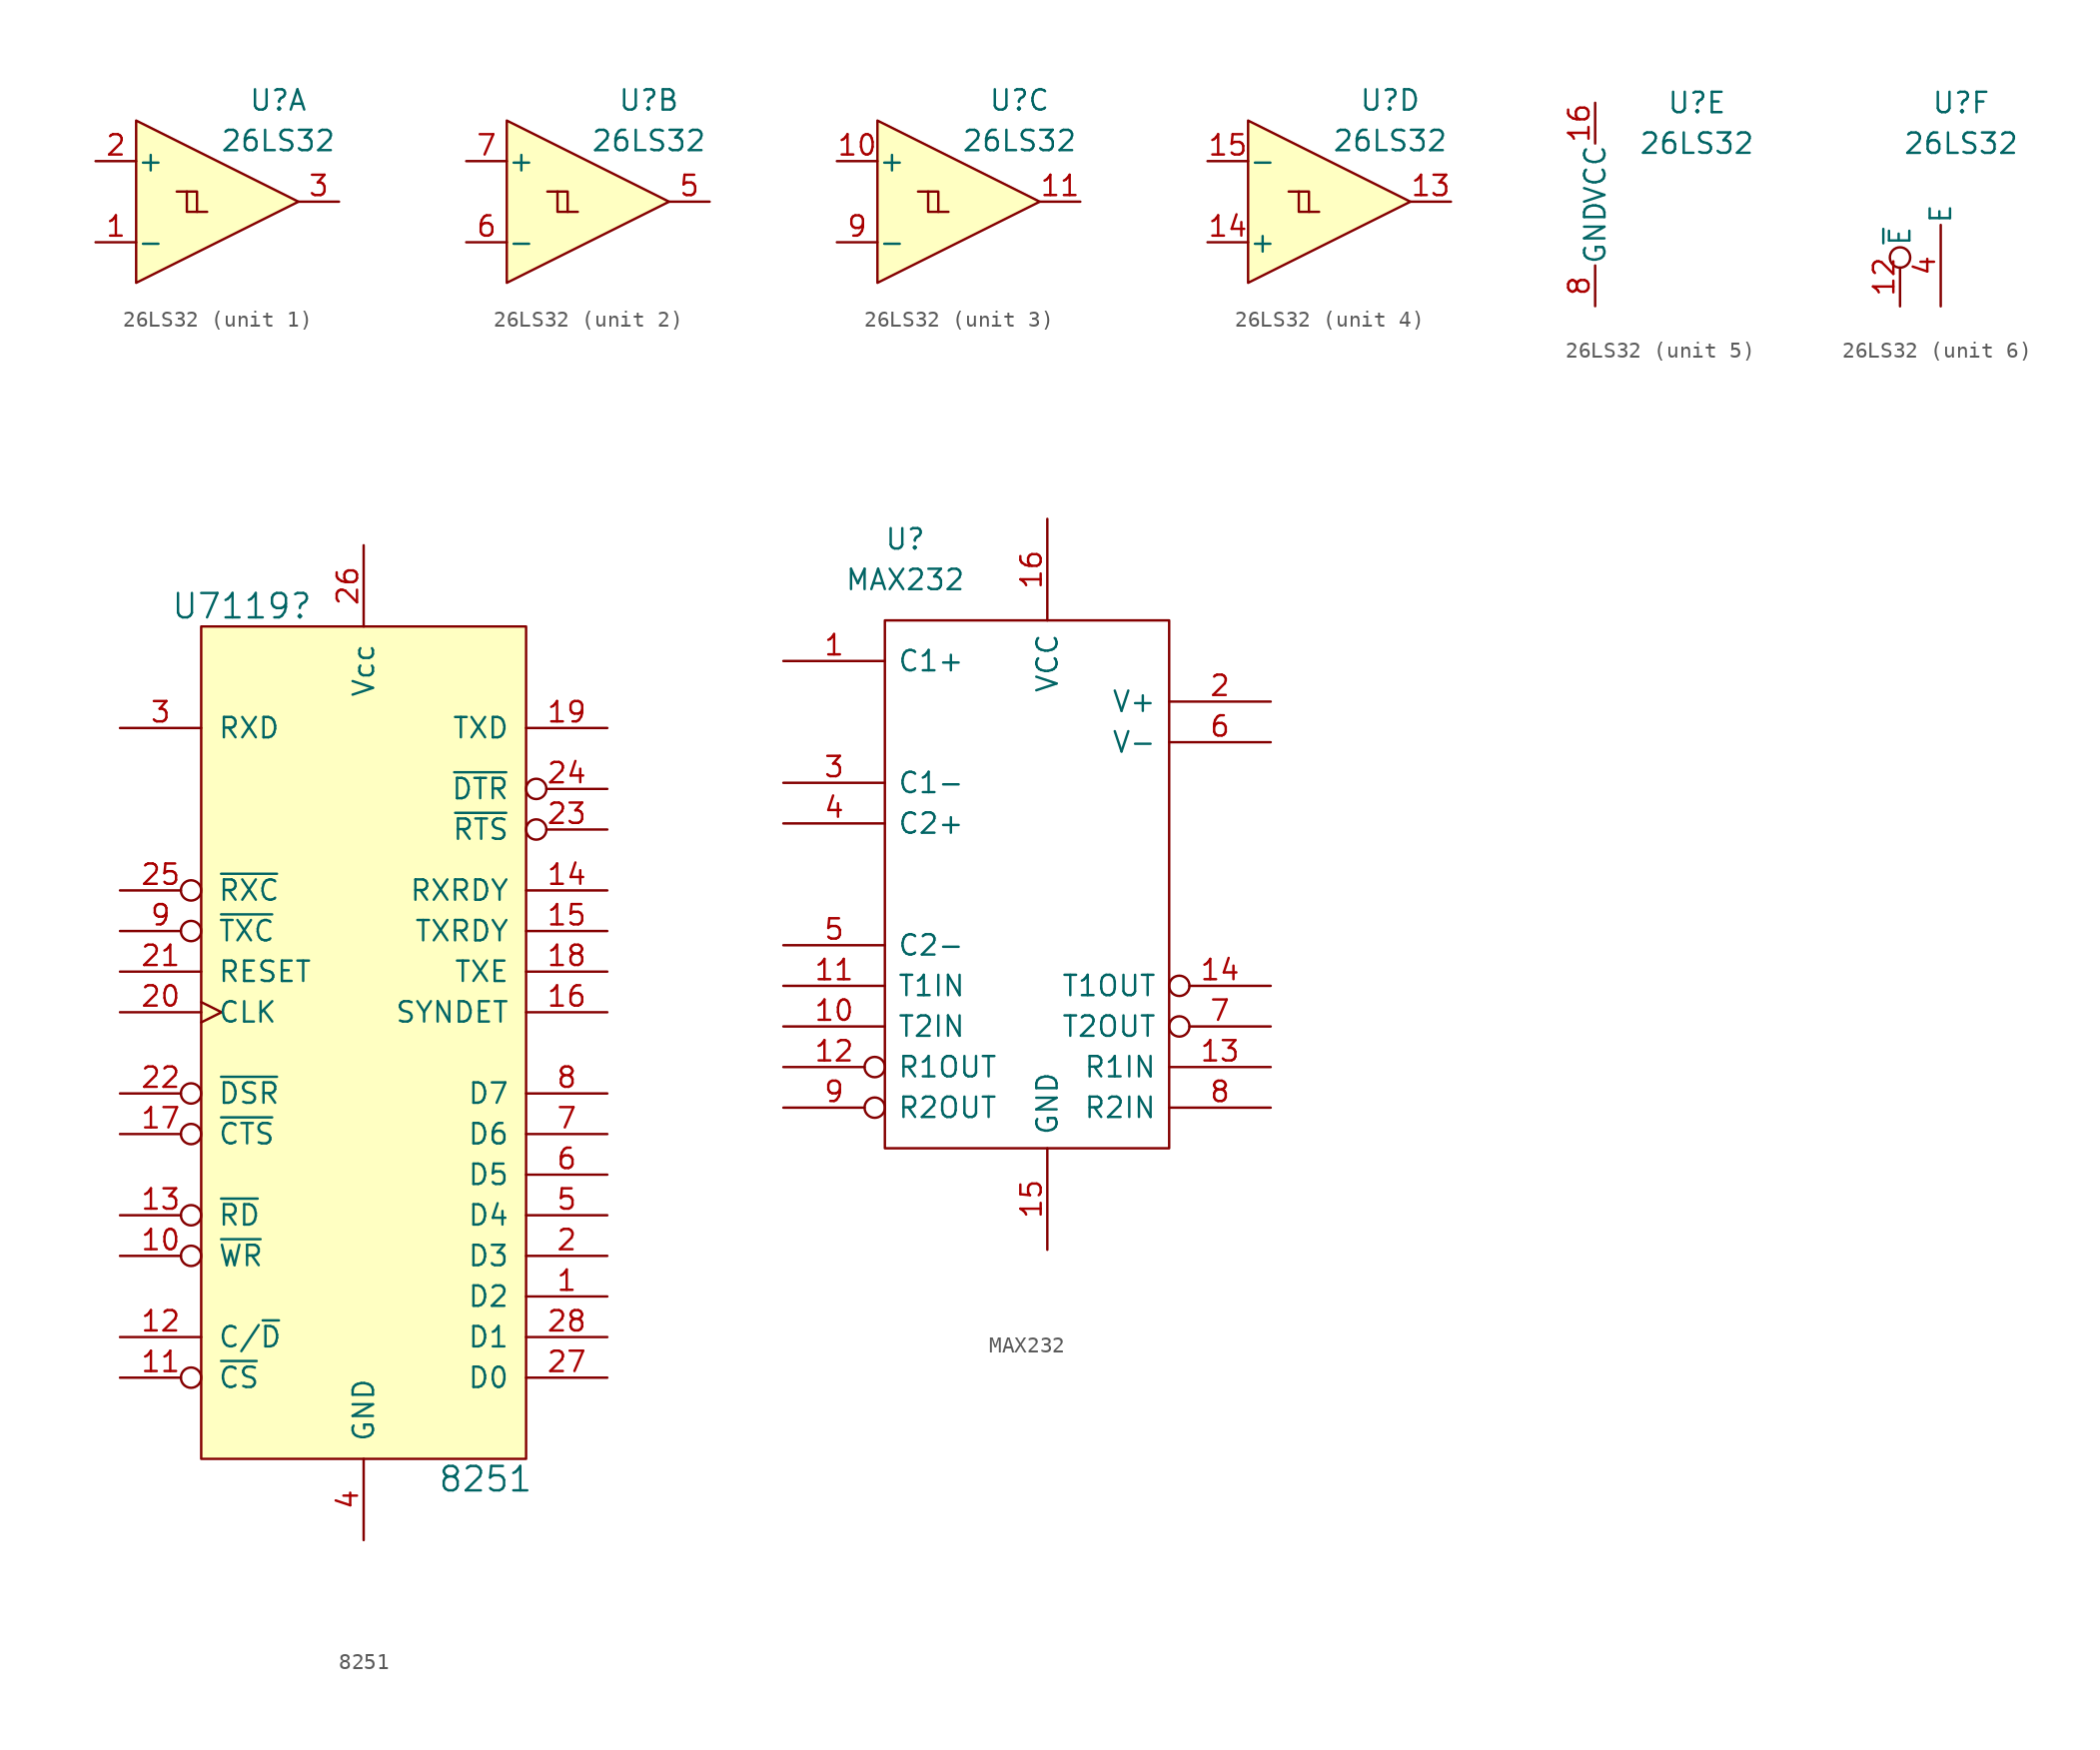
<source format=kicad_sym>
(kicad_symbol_lib
  (version 20211014)
  (generator kicad_symbol_editor)
  (symbol "26LS32"
    (pin_names
      (offset 0.025))
    (property "Reference" "U"
      (at 6.35 6.35 0)
      (effects (font (size 1.27 1.27))))
    (property "Value" "26LS32"
      (at 6.35 3.81 0)
      (effects (font (size 1.27 1.27))))
    (property "Footprint" ""
      (at 0 0 0)
      (effects (font (size 1.524 1.524))))
    (property "Datasheet" ""
      (at 0 0 0)
      (effects (font (size 1.524 1.524))))
    (property "ki_locked" ""
      (at 0 0 0)
      (effects (font (size 1.27 1.27))))
    (symbol "26LS32_1_1"
      (polyline (pts (xy 0 0.635) (xy 1.27 0.635) (xy 1.27 -0.635)) (stroke (width 0.152) (type default) (color 0 0 0 0)) (fill (type none)))
      (polyline (pts (xy 0.635 0.635) (xy 0.635 -0.635) (xy 1.905 -0.635)) (stroke (width 0.152) (type default) (color 0 0 0 0)) (fill (type none)))
      (polyline (pts (xy 7.62 0) (xy -2.54 5.08) (xy -2.54 -5.08) (xy 7.62 0)) (stroke (width 0.152) (type default) (color 0 0 0 0)) (fill (type background)))
      (pin input line (at -5.08 -2.54 0) (length 2.54) (name "-" (effects (font (size 1.27 1.27)))) (number "1" (effects (font (size 1.27 1.27)))))
      (pin input line (at -5.08 2.54 0) (length 2.54) (name "+" (effects (font (size 1.27 1.27)))) (number "2" (effects (font (size 1.27 1.27)))))
      (pin tri_state line (at 10.16 0 180) (length 2.54) (name "~" (effects (font (size 1.27 1.27)))) (number "3" (effects (font (size 1.27 1.27))))))
    (symbol "26LS32_2_1"
      (polyline (pts (xy 0 0.635) (xy 1.27 0.635) (xy 1.27 -0.635)) (stroke (width 0.152) (type default) (color 0 0 0 0)) (fill (type none)))
      (polyline (pts (xy 0.635 0.635) (xy 0.635 -0.635) (xy 1.905 -0.635)) (stroke (width 0.152) (type default) (color 0 0 0 0)) (fill (type none)))
      (polyline (pts (xy 7.62 0) (xy -2.54 5.08) (xy -2.54 -5.08) (xy 7.62 0)) (stroke (width 0.152) (type default) (color 0 0 0 0)) (fill (type background)))
      (pin tri_state line (at 10.16 0 180) (length 2.54) (name "~" (effects (font (size 1.27 1.27)))) (number "5" (effects (font (size 1.27 1.27)))))
      (pin input line (at -5.08 -2.54 0) (length 2.54) (name "-" (effects (font (size 1.27 1.27)))) (number "6" (effects (font (size 1.27 1.27)))))
      (pin input line (at -5.08 2.54 0) (length 2.54) (name "+" (effects (font (size 1.27 1.27)))) (number "7" (effects (font (size 1.27 1.27))))))
    (symbol "26LS32_3_1"
      (polyline (pts (xy 0 0.635) (xy 1.27 0.635) (xy 1.27 -0.635)) (stroke (width 0.152) (type default) (color 0 0 0 0)) (fill (type none)))
      (polyline (pts (xy 0.635 0.635) (xy 0.635 -0.635) (xy 1.905 -0.635)) (stroke (width 0.152) (type default) (color 0 0 0 0)) (fill (type none)))
      (polyline (pts (xy 7.62 0) (xy -2.54 5.08) (xy -2.54 -5.08) (xy 7.62 0)) (stroke (width 0.152) (type default) (color 0 0 0 0)) (fill (type background)))
      (pin input line (at -5.08 2.54 0) (length 2.54) (name "+" (effects (font (size 1.27 1.27)))) (number "10" (effects (font (size 1.27 1.27)))))
      (pin tri_state line (at 10.16 0 180) (length 2.54) (name "~" (effects (font (size 1.27 1.27)))) (number "11" (effects (font (size 1.27 1.27)))))
      (pin input line (at -5.08 -2.54 0) (length 2.54) (name "-" (effects (font (size 1.27 1.27)))) (number "9" (effects (font (size 1.27 1.27))))))
    (symbol "26LS32_4_1"
      (polyline (pts (xy 0 0.635) (xy 1.27 0.635) (xy 1.27 -0.635)) (stroke (width 0.152) (type default) (color 0 0 0 0)) (fill (type none)))
      (polyline (pts (xy 0.635 0.635) (xy 0.635 -0.635) (xy 1.905 -0.635)) (stroke (width 0.152) (type default) (color 0 0 0 0)) (fill (type none)))
      (polyline (pts (xy 7.62 0) (xy -2.54 5.08) (xy -2.54 -5.08) (xy 7.62 0)) (stroke (width 0.152) (type default) (color 0 0 0 0)) (fill (type background)))
      (pin tri_state line (at 10.16 0 180) (length 2.54) (name "~" (effects (font (size 1.27 1.27)))) (number "13" (effects (font (size 1.27 1.27)))))
      (pin input line (at -5.08 -2.54 0) (length 2.54) (name "+" (effects (font (size 1.27 1.27)))) (number "14" (effects (font (size 1.27 1.27)))))
      (pin input line (at -5.08 2.54 0) (length 2.54) (name "-" (effects (font (size 1.27 1.27)))) (number "15" (effects (font (size 1.27 1.27))))))
    (symbol "26LS32_5_1"
      (pin power_in line (at 0 6.35 270) (length 2.54) (name "VCC" (effects (font (size 1.27 1.27)))) (number "16" (effects (font (size 1.27 1.27)))))
      (pin power_in line (at 0 -6.35 90) (length 2.54) (name "GND" (effects (font (size 1.27 1.27)))) (number "8" (effects (font (size 1.27 1.27))))))
    (symbol "26LS32_6_1"
      (pin input inverted (at 2.54 -6.35 90) (length 3.683) (name "~{E}" (effects (font (size 1.27 1.27)))) (number "12" (effects (font (size 1.27 1.27)))))
      (pin input line (at 5.08 -6.35 90) (length 5.08) (name "E" (effects (font (size 1.27 1.27)))) (number "4" (effects (font (size 1.27 1.27)))))))
  (symbol "8251"
    (pin_names
      (offset 1.016))
    (property "Reference" "U7119"
      (at -7.62 33.02 0)
      (effects (font (size 1.524 1.524))))
    (property "Value" "8251"
      (at 7.62 -21.59 0)
      (effects (font (size 1.524 1.524))))
    (symbol "8251_0_1"
      (rectangle (start -10.16 31.75) (end 10.16 -20.32) (stroke (width 0) (type default) (color 0 0 0 0)) (fill (type background))))
    (symbol "8251_1_1"
      (pin bidirectional line (at 15.24 -10.16 180) (length 5.08) (name "D2" (effects (font (size 1.27 1.27)))) (number "1" (effects (font (size 1.27 1.27)))))
      (pin input inverted (at -15.24 -7.62 0) (length 5.08) (name "~{WR}" (effects (font (size 1.27 1.27)))) (number "10" (effects (font (size 1.27 1.27)))))
      (pin input inverted (at -15.24 -15.24 0) (length 5.08) (name "~{CS}" (effects (font (size 1.27 1.27)))) (number "11" (effects (font (size 1.27 1.27)))))
      (pin input line (at -15.24 -12.7 0) (length 5.08) (name "C/~{D}" (effects (font (size 1.27 1.27)))) (number "12" (effects (font (size 1.27 1.27)))))
      (pin input inverted (at -15.24 -5.08 0) (length 5.08) (name "~{RD}" (effects (font (size 1.27 1.27)))) (number "13" (effects (font (size 1.27 1.27)))))
      (pin output line (at 15.24 15.24 180) (length 5.08) (name "RXRDY" (effects (font (size 1.27 1.27)))) (number "14" (effects (font (size 1.27 1.27)))))
      (pin output line (at 15.24 12.7 180) (length 5.08) (name "TXRDY" (effects (font (size 1.27 1.27)))) (number "15" (effects (font (size 1.27 1.27)))))
      (pin output line (at 15.24 7.62 180) (length 5.08) (name "SYNDET" (effects (font (size 1.27 1.27)))) (number "16" (effects (font (size 1.27 1.27)))))
      (pin passive inverted (at -15.24 0 0) (length 5.08) (name "~{CTS}" (effects (font (size 1.27 1.27)))) (number "17" (effects (font (size 1.27 1.27)))))
      (pin output line (at 15.24 10.16 180) (length 5.08) (name "TXE" (effects (font (size 1.27 1.27)))) (number "18" (effects (font (size 1.27 1.27)))))
      (pin passive line (at 15.24 25.4 180) (length 5.08) (name "TXD" (effects (font (size 1.27 1.27)))) (number "19" (effects (font (size 1.27 1.27)))))
      (pin bidirectional line (at 15.24 -7.62 180) (length 5.08) (name "D3" (effects (font (size 1.27 1.27)))) (number "2" (effects (font (size 1.27 1.27)))))
      (pin input clock (at -15.24 7.62 0) (length 5.08) (name "CLK" (effects (font (size 1.27 1.27)))) (number "20" (effects (font (size 1.27 1.27)))))
      (pin input line (at -15.24 10.16 0) (length 5.08) (name "RESET" (effects (font (size 1.27 1.27)))) (number "21" (effects (font (size 1.27 1.27)))))
      (pin passive inverted (at -15.24 2.54 0) (length 5.08) (name "~{DSR}" (effects (font (size 1.27 1.27)))) (number "22" (effects (font (size 1.27 1.27)))))
      (pin output inverted (at 15.24 19.05 180) (length 5.08) (name "~{RTS}" (effects (font (size 1.27 1.27)))) (number "23" (effects (font (size 1.27 1.27)))))
      (pin output inverted (at 15.24 21.59 180) (length 5.08) (name "~{DTR}" (effects (font (size 1.27 1.27)))) (number "24" (effects (font (size 1.27 1.27)))))
      (pin input inverted (at -15.24 15.24 0) (length 5.08) (name "~{RXC}" (effects (font (size 1.27 1.27)))) (number "25" (effects (font (size 1.27 1.27)))))
      (pin power_in line (at 0 36.83 270) (length 5.08) (name "Vcc" (effects (font (size 1.27 1.27)))) (number "26" (effects (font (size 1.27 1.27)))))
      (pin bidirectional line (at 15.24 -15.24 180) (length 5.08) (name "D0" (effects (font (size 1.27 1.27)))) (number "27" (effects (font (size 1.27 1.27)))))
      (pin bidirectional line (at 15.24 -12.7 180) (length 5.08) (name "D1" (effects (font (size 1.27 1.27)))) (number "28" (effects (font (size 1.27 1.27)))))
      (pin passive line (at -15.24 25.4 0) (length 5.08) (name "RXD" (effects (font (size 1.27 1.27)))) (number "3" (effects (font (size 1.27 1.27)))))
      (pin power_in line (at 0 -25.4 90) (length 5.08) (name "GND" (effects (font (size 1.27 1.27)))) (number "4" (effects (font (size 1.27 1.27)))))
      (pin bidirectional line (at 15.24 -5.08 180) (length 5.08) (name "D4" (effects (font (size 1.27 1.27)))) (number "5" (effects (font (size 1.27 1.27)))))
      (pin bidirectional line (at 15.24 -2.54 180) (length 5.08) (name "D5" (effects (font (size 1.27 1.27)))) (number "6" (effects (font (size 1.27 1.27)))))
      (pin bidirectional line (at 15.24 0 180) (length 5.08) (name "D6" (effects (font (size 1.27 1.27)))) (number "7" (effects (font (size 1.27 1.27)))))
      (pin bidirectional line (at 15.24 2.54 180) (length 5.08) (name "D7" (effects (font (size 1.27 1.27)))) (number "8" (effects (font (size 1.27 1.27)))))
      (pin input inverted (at -15.24 12.7 0) (length 5.08) (name "~{TXC}" (effects (font (size 1.27 1.27)))) (number "9" (effects (font (size 1.27 1.27)))))))
  (symbol "MAX232"
    (pin_names
      (offset 0.762))
    (property "Reference" "U"
      (at -7.62 21.59 0)
      (effects (font (size 1.27 1.27))))
    (property "Value" "MAX232"
      (at -7.62 19.05 0)
      (effects (font (size 1.27 1.27))))
    (property "Footprint" ""
      (at 0 0 0)
      (effects (font (size 1.524 1.524))))
    (property "Datasheet" ""
      (at 0 0 0)
      (effects (font (size 1.524 1.524))))
    (symbol "MAX232_0_1"
      (rectangle (start -8.89 16.51) (end 8.89 -16.51) (stroke (width 0) (type default) (color 0 0 0 0)) (fill (type none))))
    (symbol "MAX232_1_1"
      (pin passive line (at -15.24 13.97 0) (length 6.35) (name "C1+" (effects (font (size 1.27 1.27)))) (number "1" (effects (font (size 1.27 1.27)))))
      (pin input line (at -15.24 -8.89 0) (length 6.35) (name "T2IN" (effects (font (size 1.27 1.27)))) (number "10" (effects (font (size 1.27 1.27)))))
      (pin input line (at -15.24 -6.35 0) (length 6.35) (name "T1IN" (effects (font (size 1.27 1.27)))) (number "11" (effects (font (size 1.27 1.27)))))
      (pin output inverted (at -15.24 -11.43 0) (length 6.35) (name "R1OUT" (effects (font (size 1.27 1.27)))) (number "12" (effects (font (size 1.27 1.27)))))
      (pin input line (at 15.24 -11.43 180) (length 6.35) (name "R1IN" (effects (font (size 1.27 1.27)))) (number "13" (effects (font (size 1.27 1.27)))))
      (pin output inverted (at 15.24 -6.35 180) (length 6.35) (name "T1OUT" (effects (font (size 1.27 1.27)))) (number "14" (effects (font (size 1.27 1.27)))))
      (pin power_in line (at 1.27 -22.86 90) (length 6.35) (name "GND" (effects (font (size 1.27 1.27)))) (number "15" (effects (font (size 1.27 1.27)))))
      (pin power_in line (at 1.27 22.86 270) (length 6.35) (name "VCC" (effects (font (size 1.27 1.27)))) (number "16" (effects (font (size 1.27 1.27)))))
      (pin passive line (at 15.24 11.43 180) (length 6.35) (name "V+" (effects (font (size 1.27 1.27)))) (number "2" (effects (font (size 1.27 1.27)))))
      (pin passive line (at -15.24 6.35 0) (length 6.35) (name "C1-" (effects (font (size 1.27 1.27)))) (number "3" (effects (font (size 1.27 1.27)))))
      (pin passive line (at -15.24 3.81 0) (length 6.35) (name "C2+" (effects (font (size 1.27 1.27)))) (number "4" (effects (font (size 1.27 1.27)))))
      (pin passive line (at -15.24 -3.81 0) (length 6.35) (name "C2-" (effects (font (size 1.27 1.27)))) (number "5" (effects (font (size 1.27 1.27)))))
      (pin passive line (at 15.24 8.89 180) (length 6.35) (name "V-" (effects (font (size 1.27 1.27)))) (number "6" (effects (font (size 1.27 1.27)))))
      (pin output inverted (at 15.24 -8.89 180) (length 6.35) (name "T2OUT" (effects (font (size 1.27 1.27)))) (number "7" (effects (font (size 1.27 1.27)))))
      (pin input line (at 15.24 -13.97 180) (length 6.35) (name "R2IN" (effects (font (size 1.27 1.27)))) (number "8" (effects (font (size 1.27 1.27)))))
      (pin output inverted (at -15.24 -13.97 0) (length 6.35) (name "R2OUT" (effects (font (size 1.27 1.27)))) (number "9" (effects (font (size 1.27 1.27))))))))
</source>
